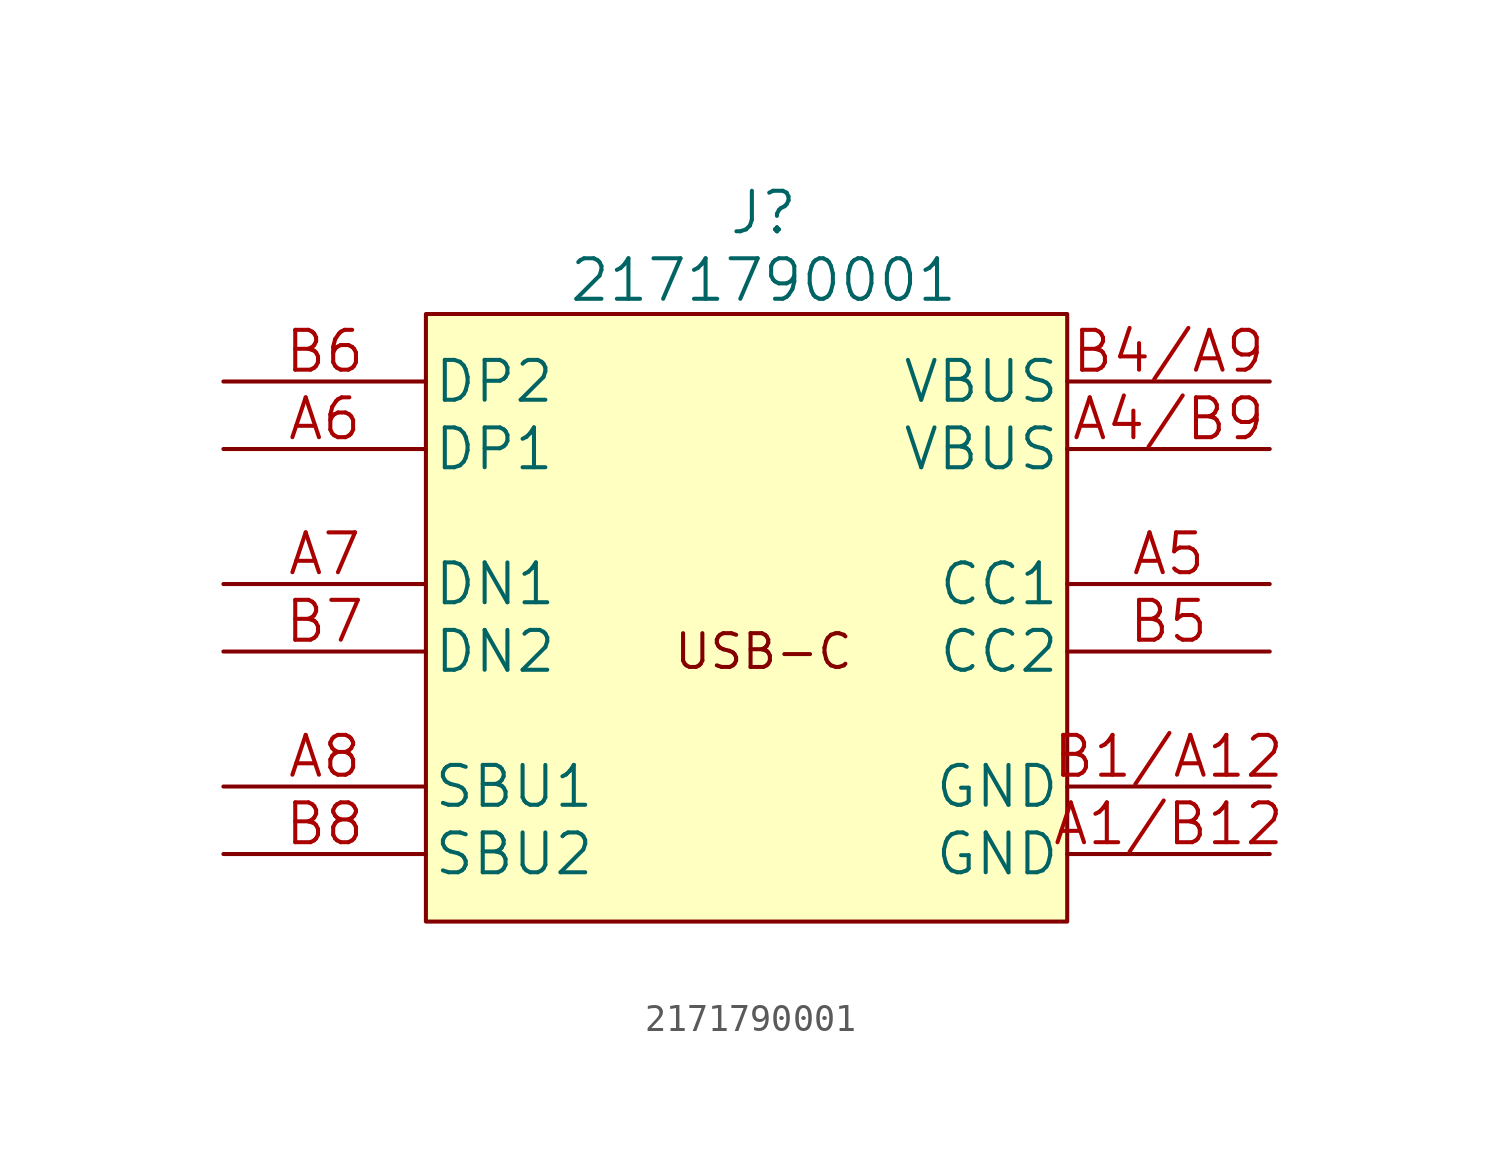
<source format=kicad_sym>
(kicad_symbol_lib
  (version 20211014)
  (generator kicad_symbol_editor)
  (symbol "2171790001"
    (pin_names
      (offset 0.254))
    (property "Reference" "J"
      (at 0 12.7 0)
      (effects (font (size 1.524 1.524))))
    (property "Value" "2171790001"
      (at 0 10.16 0)
      (effects (font (size 1.524 1.524))))
    (property "Datasheet" ""
      (at -2.54 12.7 0)
      (effects (font (size 1.524 1.524))))
    (property "ki_locked" ""
      (at 0 0 0)
      (effects (font (size 1.27 1.27))))
    (symbol "2171790001_0_0"
      (text "USB-C" (at 0 -3.81 0) (effects (font (size 1.27 1.27)))))
    (symbol "2171790001_1_1"
      (rectangle (start -12.7 8.89) (end 11.43 -13.97) (stroke (width 0) (type default) (color 0 0 0 0)) (fill (type background)))
      (pin power_in line (at 19.05 -11.43 180) (length 7.62) (name "GND" (effects (font (size 1.499 1.499)))) (number "A1/B12" (effects (font (size 1.499 1.499)))))
      (pin power_in line (at 19.05 3.81 180) (length 7.62) (name "VBUS" (effects (font (size 1.499 1.499)))) (number "A4/B9" (effects (font (size 1.499 1.499)))))
      (pin bidirectional line (at 19.05 -1.27 180) (length 7.62) (name "CC1" (effects (font (size 1.499 1.499)))) (number "A5" (effects (font (size 1.499 1.499)))))
      (pin bidirectional line (at -20.32 3.81 0) (length 7.62) (name "DP1" (effects (font (size 1.499 1.499)))) (number "A6" (effects (font (size 1.499 1.499)))))
      (pin bidirectional line (at -20.32 -1.27 0) (length 7.62) (name "DN1" (effects (font (size 1.499 1.499)))) (number "A7" (effects (font (size 1.499 1.499)))))
      (pin bidirectional line (at -20.32 -8.89 0) (length 7.62) (name "SBU1" (effects (font (size 1.499 1.499)))) (number "A8" (effects (font (size 1.499 1.499)))))
      (pin power_in line (at 19.05 -8.89 180) (length 7.62) (name "GND" (effects (font (size 1.499 1.499)))) (number "B1/A12" (effects (font (size 1.499 1.499)))))
      (pin power_in line (at 19.05 6.35 180) (length 7.62) (name "VBUS" (effects (font (size 1.499 1.499)))) (number "B4/A9" (effects (font (size 1.499 1.499)))))
      (pin bidirectional line (at 19.05 -3.81 180) (length 7.62) (name "CC2" (effects (font (size 1.499 1.499)))) (number "B5" (effects (font (size 1.499 1.499)))))
      (pin bidirectional line (at -20.32 6.35 0) (length 7.62) (name "DP2" (effects (font (size 1.499 1.499)))) (number "B6" (effects (font (size 1.499 1.499)))))
      (pin bidirectional line (at -20.32 -3.81 0) (length 7.62) (name "DN2" (effects (font (size 1.499 1.499)))) (number "B7" (effects (font (size 1.499 1.499)))))
      (pin bidirectional line (at -20.32 -11.43 0) (length 7.62) (name "SBU2" (effects (font (size 1.499 1.499)))) (number "B8" (effects (font (size 1.499 1.499))))))))
</source>
